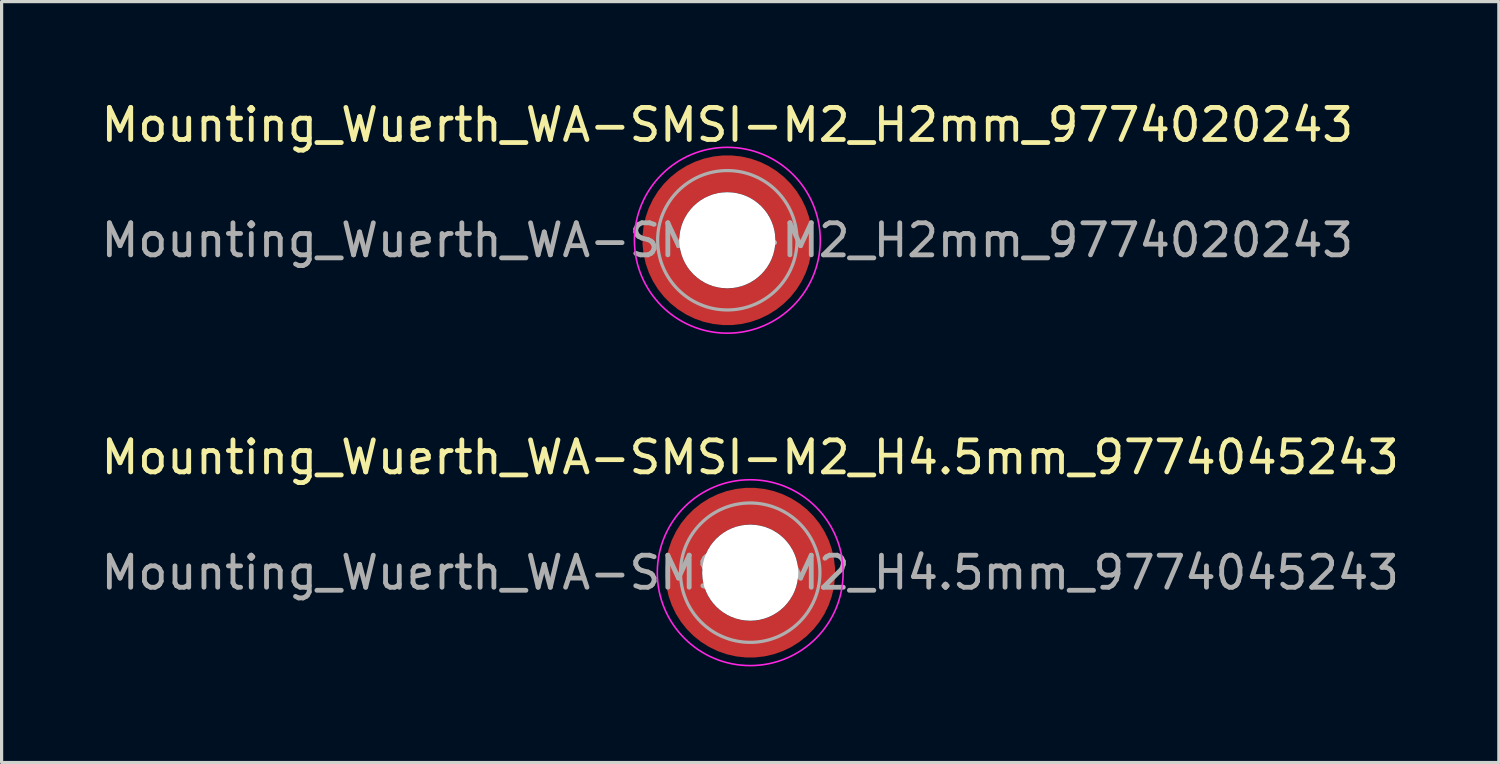
<source format=kicad_pcb>
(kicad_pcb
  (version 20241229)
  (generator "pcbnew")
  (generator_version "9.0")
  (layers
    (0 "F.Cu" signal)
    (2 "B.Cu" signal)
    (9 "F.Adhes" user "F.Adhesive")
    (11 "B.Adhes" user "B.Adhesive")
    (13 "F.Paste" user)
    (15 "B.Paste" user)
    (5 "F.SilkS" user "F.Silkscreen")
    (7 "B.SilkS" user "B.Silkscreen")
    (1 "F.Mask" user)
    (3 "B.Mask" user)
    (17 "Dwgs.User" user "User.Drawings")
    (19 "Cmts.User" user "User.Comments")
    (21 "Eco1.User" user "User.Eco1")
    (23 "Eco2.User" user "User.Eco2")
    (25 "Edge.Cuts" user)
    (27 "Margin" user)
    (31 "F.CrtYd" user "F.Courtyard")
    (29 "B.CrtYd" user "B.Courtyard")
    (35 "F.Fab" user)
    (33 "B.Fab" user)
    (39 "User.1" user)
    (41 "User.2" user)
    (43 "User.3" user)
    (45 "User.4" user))
  (footprint "Mounting_Wuerth_WA-SMSI-M2_H2mm_9774020243"
    (layer "F.Cu")
    (at 19.649 4.448)
    (property "Reference" "Mounting_Wuerth_WA-SMSI-M2_H2mm_9774020243" (at 0 -3.6 0) (layer "F.SilkS") (effects (font (size 1 1) (thickness 0.15))))
    (attr smd)
    (fp_circle (center 0 0) (end 2.9 0) (stroke (width 0.05) (type solid)) (fill no) (layer "F.CrtYd"))
    (fp_circle (center 0 0) (end 2.175 0) (stroke (width 0.1) (type solid)) (fill no) (layer "F.Fab"))
    (fp_text user "${REFERENCE}" (at 0 0 0) (layer "F.Fab") (effects (font (size 1 1) (thickness 0.15))))
    (pad "" smd custom (at -1.453 -1.453) (size 0.61 0.61) (layers "F.Paste") (options (anchor circle)) (primitives (gr_arc (start -0.147677 1.053104) (mid 0.285964 0.286792) (end 1.051968 -0.147393) (width 0.2)) (gr_arc (start -0.240295 1.053104) (mid 0.22253 0.222946) (end 1.052531 -0.24016) (width 0.2)) (gr_arc (start -0.332645 1.053104) (mid 0.158548 0.15965) (end 1.051583 -0.332304) (width 0.2)) (gr_arc (start -0.424767 1.053104) (mid 0.09486 0.096059) (end 1.051446 -0.424413) (width 0.2)) (gr_arc (start -0.516693 1.053104) (mid 0.031293 0.032346) (end 1.051645 -0.516396) (width 0.2)) (gr_arc (start -0.608448 1.053104) (mid -0.032323 -0.031316) (end 1.051707 -0.608176) (width 0.2)) (gr_arc (start -0.700056 1.053104) (mid -0.09616 -0.094758) (end 1.051155 -0.699693) (width 0.2)) (gr_arc (start -0.791534 1.053104) (mid -0.160388 -0.15781) (end 1.049515 -0.790891) (width 0.2)) (gr_arc (start -0.882896 1.053104) (mid -0.223713 -0.221764) (end 1.050388 -0.882429) (width 0.2)) (gr_arc (start -0.974157 1.053104) (mid -0.287654 -0.285101) (end 1.049541 -0.973567) (width 0.2)) (gr_line (start 1.053 -0.148) (end 1.053 -0.974) (width 0.2)) (gr_line (start -0.148 1.053) (end -0.974 1.053) (width 0.2))))
    (pad "" smd custom (at -1.453 1.453) (size 0.61 0.61) (layers "F.Paste") (options (anchor circle)) (primitives (gr_arc (start 1.053104 0.147677) (mid 0.286792 -0.285964) (end -0.147393 -1.051968) (width 0.2)) (gr_arc (start 1.053104 0.240295) (mid 0.222946 -0.22253) (end -0.24016 -1.052531) (width 0.2)) (gr_arc (start 1.053104 0.332645) (mid 0.15965 -0.158548) (end -0.332304 -1.051583) (width 0.2)) (gr_arc (start 1.053104 0.424767) (mid 0.096059 -0.09486) (end -0.424413 -1.051446) (width 0.2)) (gr_arc (start 1.053104 0.516693) (mid 0.032346 -0.031293) (end -0.516396 -1.051645) (width 0.2)) (gr_arc (start 1.053104 0.608448) (mid -0.031316 0.032323) (end -0.608176 -1.051707) (width 0.2)) (gr_arc (start 1.053104 0.700056) (mid -0.094758 0.09616) (end -0.699693 -1.051155) (width 0.2)) (gr_arc (start 1.053104 0.791534) (mid -0.15781 0.160388) (end -0.790891 -1.049515) (width 0.2)) (gr_arc (start 1.053104 0.882896) (mid -0.221764 0.223713) (end -0.882429 -1.050388) (width 0.2)) (gr_arc (start 1.053104 0.974157) (mid -0.285101 0.287654) (end -0.973567 -1.049541) (width 0.2)) (gr_line (start -0.148 -1.053) (end -0.974 -1.053) (width 0.2)) (gr_line (start 1.053 0.148) (end 1.053 0.974) (width 0.2))))
    (pad "" np_thru_hole circle (at 0 0) (size 3 3) (drill 3) (layers "*.Cu" "*.Mask"))
    (pad "" smd custom (at 1.453 -1.453) (size 0.61 0.61) (layers "F.Paste") (options (anchor circle)) (primitives (gr_arc (start -1.053104 -0.147677) (mid -0.286792 0.285964) (end 0.147393 1.051968) (width 0.2)) (gr_arc (start -1.053104 -0.240295) (mid -0.222946 0.22253) (end 0.24016 1.052531) (width 0.2)) (gr_arc (start -1.053104 -0.332645) (mid -0.15965 0.158548) (end 0.332304 1.051583) (width 0.2)) (gr_arc (start -1.053104 -0.424767) (mid -0.096059 0.09486) (end 0.424413 1.051446) (width 0.2)) (gr_arc (start -1.053104 -0.516693) (mid -0.032346 0.031293) (end 0.516396 1.051645) (width 0.2)) (gr_arc (start -1.053104 -0.608448) (mid 0.031316 -0.032323) (end 0.608176 1.051707) (width 0.2)) (gr_arc (start -1.053104 -0.700056) (mid 0.094758 -0.09616) (end 0.699693 1.051155) (width 0.2)) (gr_arc (start -1.053104 -0.791534) (mid 0.15781 -0.160388) (end 0.790891 1.049515) (width 0.2)) (gr_arc (start -1.053104 -0.882896) (mid 0.221764 -0.223713) (end 0.882429 1.050388) (width 0.2)) (gr_arc (start -1.053104 -0.974157) (mid 0.285101 -0.287654) (end 0.973567 1.049541) (width 0.2)) (gr_line (start 0.148 1.053) (end 0.974 1.053) (width 0.2)) (gr_line (start -1.053 -0.148) (end -1.053 -0.974) (width 0.2))))
    (pad "" smd custom (at 1.453 1.453) (size 0.61 0.61) (layers "F.Paste") (options (anchor circle)) (primitives (gr_arc (start 0.147677 -1.053104) (mid -0.285964 -0.286792) (end -1.051968 0.147393) (width 0.2)) (gr_arc (start 0.240295 -1.053104) (mid -0.22253 -0.222946) (end -1.052531 0.24016) (width 0.2)) (gr_arc (start 0.332645 -1.053104) (mid -0.158548 -0.15965) (end -1.051583 0.332304) (width 0.2)) (gr_arc (start 0.424767 -1.053104) (mid -0.09486 -0.096059) (end -1.051446 0.424413) (width 0.2)) (gr_arc (start 0.516693 -1.053104) (mid -0.031293 -0.032346) (end -1.051645 0.516396) (width 0.2)) (gr_arc (start 0.608448 -1.053104) (mid 0.032323 0.031316) (end -1.051707 0.608176) (width 0.2)) (gr_arc (start 0.700056 -1.053104) (mid 0.09616 0.094758) (end -1.051155 0.699693) (width 0.2)) (gr_arc (start 0.791534 -1.053104) (mid 0.160388 0.15781) (end -1.049515 0.790891) (width 0.2)) (gr_arc (start 0.882896 -1.053104) (mid 0.223713 0.221764) (end -1.050388 0.882429) (width 0.2)) (gr_arc (start 0.974157 -1.053104) (mid 0.287654 0.285101) (end -1.049541 0.973567) (width 0.2)) (gr_line (start -1.053 0.148) (end -1.053 0.974) (width 0.2)) (gr_line (start 0.148 -1.053) (end 0.974 -1.053) (width 0.2))))
    (pad "1" smd circle (at -2.075 0) (size 0.75 0.75) (layers "F.Cu"))
    (pad "1" smd circle (at 0 -2.075) (size 0.75 0.75) (layers "F.Cu"))
    (pad "1" smd circle (at 0 2.075) (size 0.75 0.75) (layers "F.Cu"))
    (pad "1" smd custom (at 2.075 0) (size 0.75 0.75) (layers "F.Cu" "F.Mask") (options (anchor circle)) (primitives (gr_circle (center -2.075 0) (end 0 0) (width 1.15) (fill no)))))
  (footprint "Mounting_Wuerth_WA-SMSI-M2_H4.5mm_9774045243"
    (layer "F.Cu")
    (at 20.363 14.822)
    (property "Reference" "Mounting_Wuerth_WA-SMSI-M2_H4.5mm_9774045243" (at 0 -3.6 0) (layer "F.SilkS") (effects (font (size 1 1) (thickness 0.15))))
    (attr smd)
    (fp_circle (center 0 0) (end 2.9 0) (stroke (width 0.05) (type solid)) (fill no) (layer "F.CrtYd"))
    (fp_circle (center 0 0) (end 2.175 0) (stroke (width 0.1) (type solid)) (fill no) (layer "F.Fab"))
    (fp_text user "${REFERENCE}" (at 0 0 0) (layer "F.Fab") (effects (font (size 1 1) (thickness 0.15))))
    (pad "" smd custom (at -1.453 -1.453) (size 0.61 0.61) (layers "F.Paste") (options (anchor circle)) (primitives (gr_arc (start -0.147677 1.053104) (mid 0.285964 0.286792) (end 1.051968 -0.147393) (width 0.2)) (gr_arc (start -0.240295 1.053104) (mid 0.22253 0.222946) (end 1.052531 -0.24016) (width 0.2)) (gr_arc (start -0.332645 1.053104) (mid 0.158548 0.15965) (end 1.051583 -0.332304) (width 0.2)) (gr_arc (start -0.424767 1.053104) (mid 0.09486 0.096059) (end 1.051446 -0.424413) (width 0.2)) (gr_arc (start -0.516693 1.053104) (mid 0.031293 0.032346) (end 1.051645 -0.516396) (width 0.2)) (gr_arc (start -0.608448 1.053104) (mid -0.032323 -0.031316) (end 1.051707 -0.608176) (width 0.2)) (gr_arc (start -0.700056 1.053104) (mid -0.09616 -0.094758) (end 1.051155 -0.699693) (width 0.2)) (gr_arc (start -0.791534 1.053104) (mid -0.160388 -0.15781) (end 1.049515 -0.790891) (width 0.2)) (gr_arc (start -0.882896 1.053104) (mid -0.223713 -0.221764) (end 1.050388 -0.882429) (width 0.2)) (gr_arc (start -0.974157 1.053104) (mid -0.287654 -0.285101) (end 1.049541 -0.973567) (width 0.2)) (gr_line (start 1.053 -0.148) (end 1.053 -0.974) (width 0.2)) (gr_line (start -0.148 1.053) (end -0.974 1.053) (width 0.2))))
    (pad "" smd custom (at -1.453 1.453) (size 0.61 0.61) (layers "F.Paste") (options (anchor circle)) (primitives (gr_arc (start 1.053104 0.147677) (mid 0.286792 -0.285964) (end -0.147393 -1.051968) (width 0.2)) (gr_arc (start 1.053104 0.240295) (mid 0.222946 -0.22253) (end -0.24016 -1.052531) (width 0.2)) (gr_arc (start 1.053104 0.332645) (mid 0.15965 -0.158548) (end -0.332304 -1.051583) (width 0.2)) (gr_arc (start 1.053104 0.424767) (mid 0.096059 -0.09486) (end -0.424413 -1.051446) (width 0.2)) (gr_arc (start 1.053104 0.516693) (mid 0.032346 -0.031293) (end -0.516396 -1.051645) (width 0.2)) (gr_arc (start 1.053104 0.608448) (mid -0.031316 0.032323) (end -0.608176 -1.051707) (width 0.2)) (gr_arc (start 1.053104 0.700056) (mid -0.094758 0.09616) (end -0.699693 -1.051155) (width 0.2)) (gr_arc (start 1.053104 0.791534) (mid -0.15781 0.160388) (end -0.790891 -1.049515) (width 0.2)) (gr_arc (start 1.053104 0.882896) (mid -0.221764 0.223713) (end -0.882429 -1.050388) (width 0.2)) (gr_arc (start 1.053104 0.974157) (mid -0.285101 0.287654) (end -0.973567 -1.049541) (width 0.2)) (gr_line (start -0.148 -1.053) (end -0.974 -1.053) (width 0.2)) (gr_line (start 1.053 0.148) (end 1.053 0.974) (width 0.2))))
    (pad "" np_thru_hole circle (at 0 0) (size 3 3) (drill 3) (layers "*.Cu" "*.Mask"))
    (pad "" smd custom (at 1.453 -1.453) (size 0.61 0.61) (layers "F.Paste") (options (anchor circle)) (primitives (gr_arc (start -1.053104 -0.147677) (mid -0.286792 0.285964) (end 0.147393 1.051968) (width 0.2)) (gr_arc (start -1.053104 -0.240295) (mid -0.222946 0.22253) (end 0.24016 1.052531) (width 0.2)) (gr_arc (start -1.053104 -0.332645) (mid -0.15965 0.158548) (end 0.332304 1.051583) (width 0.2)) (gr_arc (start -1.053104 -0.424767) (mid -0.096059 0.09486) (end 0.424413 1.051446) (width 0.2)) (gr_arc (start -1.053104 -0.516693) (mid -0.032346 0.031293) (end 0.516396 1.051645) (width 0.2)) (gr_arc (start -1.053104 -0.608448) (mid 0.031316 -0.032323) (end 0.608176 1.051707) (width 0.2)) (gr_arc (start -1.053104 -0.700056) (mid 0.094758 -0.09616) (end 0.699693 1.051155) (width 0.2)) (gr_arc (start -1.053104 -0.791534) (mid 0.15781 -0.160388) (end 0.790891 1.049515) (width 0.2)) (gr_arc (start -1.053104 -0.882896) (mid 0.221764 -0.223713) (end 0.882429 1.050388) (width 0.2)) (gr_arc (start -1.053104 -0.974157) (mid 0.285101 -0.287654) (end 0.973567 1.049541) (width 0.2)) (gr_line (start 0.148 1.053) (end 0.974 1.053) (width 0.2)) (gr_line (start -1.053 -0.148) (end -1.053 -0.974) (width 0.2))))
    (pad "" smd custom (at 1.453 1.453) (size 0.61 0.61) (layers "F.Paste") (options (anchor circle)) (primitives (gr_arc (start 0.147677 -1.053104) (mid -0.285964 -0.286792) (end -1.051968 0.147393) (width 0.2)) (gr_arc (start 0.240295 -1.053104) (mid -0.22253 -0.222946) (end -1.052531 0.24016) (width 0.2)) (gr_arc (start 0.332645 -1.053104) (mid -0.158548 -0.15965) (end -1.051583 0.332304) (width 0.2)) (gr_arc (start 0.424767 -1.053104) (mid -0.09486 -0.096059) (end -1.051446 0.424413) (width 0.2)) (gr_arc (start 0.516693 -1.053104) (mid -0.031293 -0.032346) (end -1.051645 0.516396) (width 0.2)) (gr_arc (start 0.608448 -1.053104) (mid 0.032323 0.031316) (end -1.051707 0.608176) (width 0.2)) (gr_arc (start 0.700056 -1.053104) (mid 0.09616 0.094758) (end -1.051155 0.699693) (width 0.2)) (gr_arc (start 0.791534 -1.053104) (mid 0.160388 0.15781) (end -1.049515 0.790891) (width 0.2)) (gr_arc (start 0.882896 -1.053104) (mid 0.223713 0.221764) (end -1.050388 0.882429) (width 0.2)) (gr_arc (start 0.974157 -1.053104) (mid 0.287654 0.285101) (end -1.049541 0.973567) (width 0.2)) (gr_line (start -1.053 0.148) (end -1.053 0.974) (width 0.2)) (gr_line (start 0.148 -1.053) (end 0.974 -1.053) (width 0.2))))
    (pad "1" smd circle (at -2.075 0) (size 0.75 0.75) (layers "F.Cu"))
    (pad "1" smd circle (at 0 -2.075) (size 0.75 0.75) (layers "F.Cu"))
    (pad "1" smd circle (at 0 2.075) (size 0.75 0.75) (layers "F.Cu"))
    (pad "1" smd custom (at 2.075 0) (size 0.75 0.75) (layers "F.Cu" "F.Mask") (options (anchor circle)) (primitives (gr_circle (center -2.075 0) (end 0 0) (width 1.15) (fill no)))))
  (gr_rect
    (start -3 -3)
    (end 43.726 20.747)
    (stroke (width 0.1) (type default))
    (fill no)
    (layer "Edge.Cuts")))
</source>
